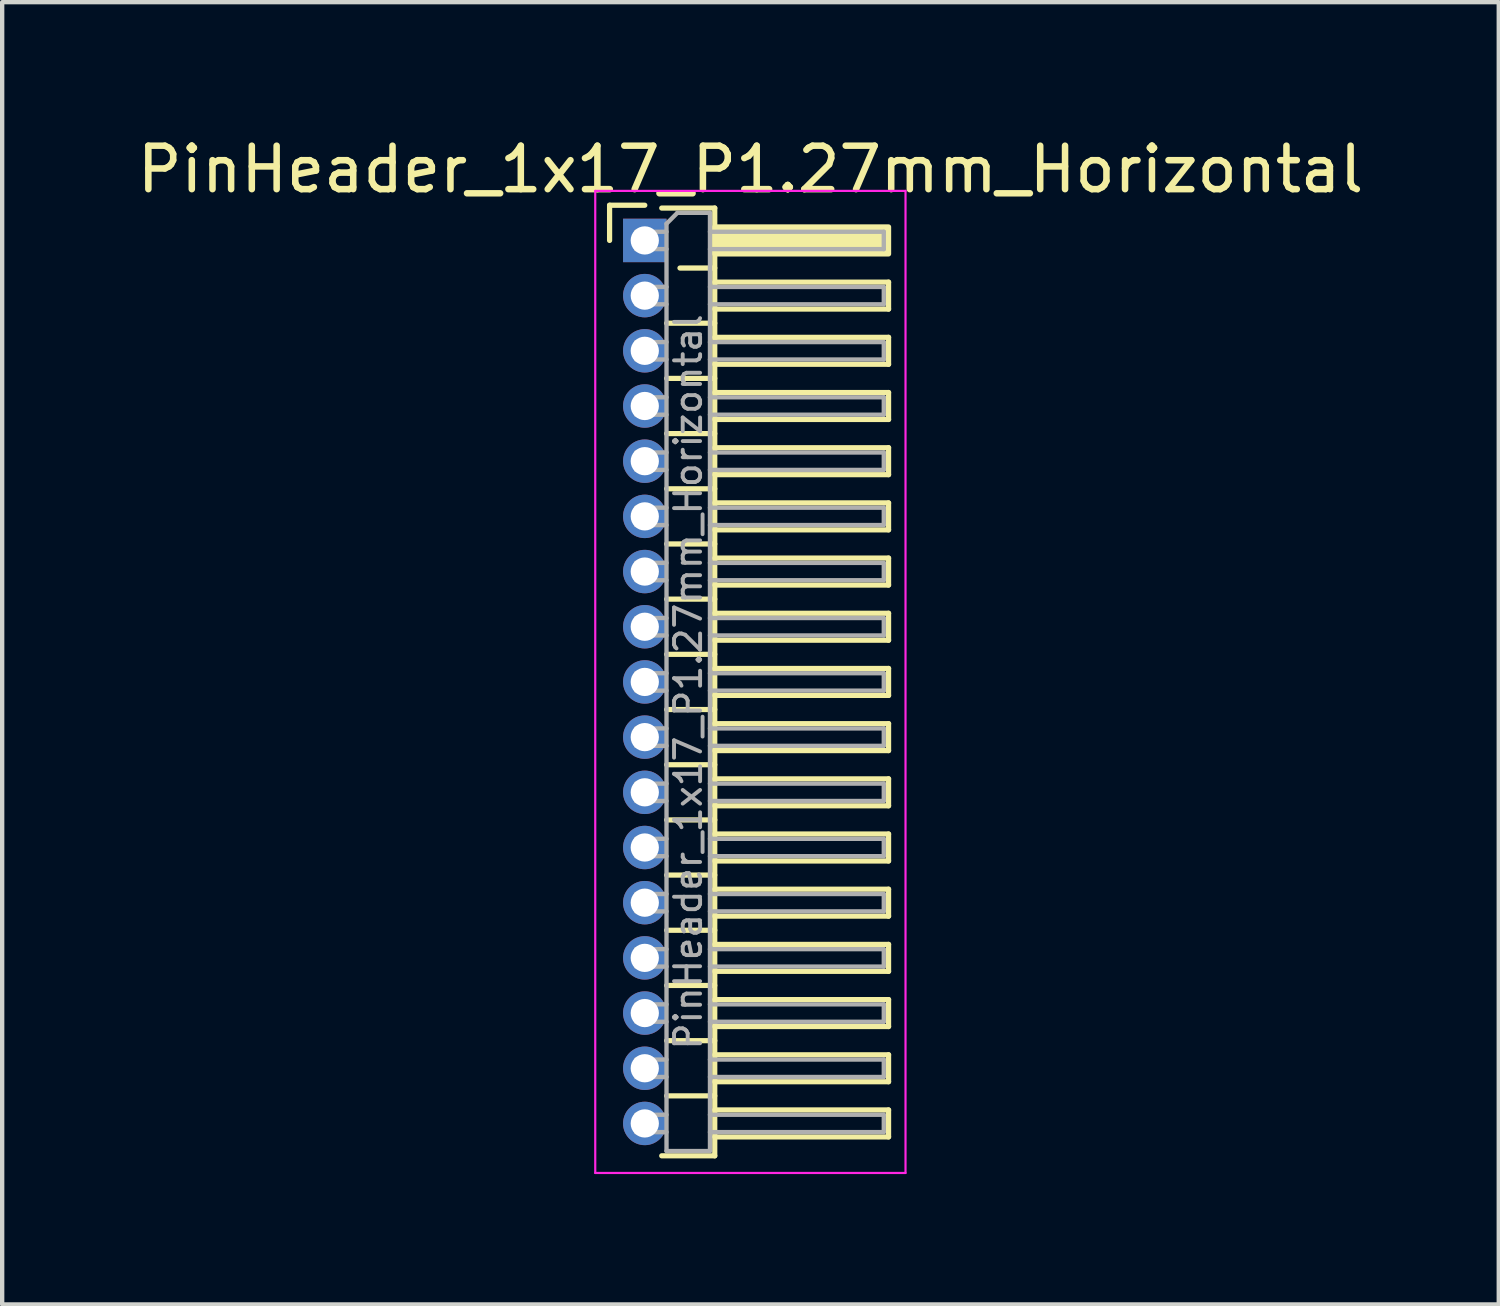
<source format=kicad_pcb>
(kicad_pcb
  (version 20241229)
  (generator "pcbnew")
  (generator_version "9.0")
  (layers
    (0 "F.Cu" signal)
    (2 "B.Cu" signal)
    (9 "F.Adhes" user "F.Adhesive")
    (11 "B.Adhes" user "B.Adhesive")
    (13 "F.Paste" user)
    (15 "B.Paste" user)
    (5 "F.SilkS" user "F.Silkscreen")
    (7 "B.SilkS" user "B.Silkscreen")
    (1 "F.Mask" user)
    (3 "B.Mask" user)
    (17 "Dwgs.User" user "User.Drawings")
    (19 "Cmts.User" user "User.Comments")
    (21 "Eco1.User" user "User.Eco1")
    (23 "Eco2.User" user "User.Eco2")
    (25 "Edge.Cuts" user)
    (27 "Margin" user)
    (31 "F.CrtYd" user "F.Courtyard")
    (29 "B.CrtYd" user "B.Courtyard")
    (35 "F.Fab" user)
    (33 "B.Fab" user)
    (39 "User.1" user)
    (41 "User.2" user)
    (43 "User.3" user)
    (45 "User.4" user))
  (footprint "PinHeader_1x17_P1.27mm_Horizontal"
    (layer "F.Cu")
    (at 11.788 2.483)
    (property "Reference" "PinHeader_1x17_P1.27mm_Horizontal" (at 2.433 -1.635 0) (layer "F.SilkS") (effects (font (size 1 1) (thickness 0.15))))
    (attr through_hole)
    (fp_line (start -0.81 -0.81) (end 0 -0.81) (stroke (width 0.12) (type solid)) (layer "F.SilkS"))
    (fp_line (start -0.81 0) (end -0.81 -0.81) (stroke (width 0.12) (type solid)) (layer "F.SilkS"))
    (fp_line (start 0.39 -0.745) (end 1.61 -0.745) (stroke (width 0.12) (type solid)) (layer "F.SilkS"))
    (fp_line (start 0.503 1.905) (end 1.61 1.905) (stroke (width 0.12) (type solid)) (layer "F.SilkS"))
    (fp_line (start 0.503 3.175) (end 1.61 3.175) (stroke (width 0.12) (type solid)) (layer "F.SilkS"))
    (fp_line (start 0.503 4.445) (end 1.61 4.445) (stroke (width 0.12) (type solid)) (layer "F.SilkS"))
    (fp_line (start 0.503 5.715) (end 1.61 5.715) (stroke (width 0.12) (type solid)) (layer "F.SilkS"))
    (fp_line (start 0.503 6.985) (end 1.61 6.985) (stroke (width 0.12) (type solid)) (layer "F.SilkS"))
    (fp_line (start 0.503 8.255) (end 1.61 8.255) (stroke (width 0.12) (type solid)) (layer "F.SilkS"))
    (fp_line (start 0.503 9.525) (end 1.61 9.525) (stroke (width 0.12) (type solid)) (layer "F.SilkS"))
    (fp_line (start 0.503 10.795) (end 1.61 10.795) (stroke (width 0.12) (type solid)) (layer "F.SilkS"))
    (fp_line (start 0.503 12.065) (end 1.61 12.065) (stroke (width 0.12) (type solid)) (layer "F.SilkS"))
    (fp_line (start 0.503 13.335) (end 1.61 13.335) (stroke (width 0.12) (type solid)) (layer "F.SilkS"))
    (fp_line (start 0.503 14.605) (end 1.61 14.605) (stroke (width 0.12) (type solid)) (layer "F.SilkS"))
    (fp_line (start 0.503 15.875) (end 1.61 15.875) (stroke (width 0.12) (type solid)) (layer "F.SilkS"))
    (fp_line (start 0.503 17.145) (end 1.61 17.145) (stroke (width 0.12) (type solid)) (layer "F.SilkS"))
    (fp_line (start 0.503 18.415) (end 1.61 18.415) (stroke (width 0.12) (type solid)) (layer "F.SilkS"))
    (fp_line (start 0.503 19.685) (end 1.61 19.685) (stroke (width 0.12) (type solid)) (layer "F.SilkS"))
    (fp_line (start 0.81 0.635) (end 1.61 0.635) (stroke (width 0.12) (type solid)) (layer "F.SilkS"))
    (fp_line (start 1.61 -0.745) (end 1.61 21.065) (stroke (width 0.12) (type solid)) (layer "F.SilkS"))
    (fp_line (start 1.61 0.96) (end 5.61 0.96) (stroke (width 0.12) (type solid)) (layer "F.SilkS"))
    (fp_line (start 1.61 2.23) (end 5.61 2.23) (stroke (width 0.12) (type solid)) (layer "F.SilkS"))
    (fp_line (start 1.61 3.5) (end 5.61 3.5) (stroke (width 0.12) (type solid)) (layer "F.SilkS"))
    (fp_line (start 1.61 4.77) (end 5.61 4.77) (stroke (width 0.12) (type solid)) (layer "F.SilkS"))
    (fp_line (start 1.61 6.04) (end 5.61 6.04) (stroke (width 0.12) (type solid)) (layer "F.SilkS"))
    (fp_line (start 1.61 7.31) (end 5.61 7.31) (stroke (width 0.12) (type solid)) (layer "F.SilkS"))
    (fp_line (start 1.61 8.58) (end 5.61 8.58) (stroke (width 0.12) (type solid)) (layer "F.SilkS"))
    (fp_line (start 1.61 9.85) (end 5.61 9.85) (stroke (width 0.12) (type solid)) (layer "F.SilkS"))
    (fp_line (start 1.61 11.12) (end 5.61 11.12) (stroke (width 0.12) (type solid)) (layer "F.SilkS"))
    (fp_line (start 1.61 12.39) (end 5.61 12.39) (stroke (width 0.12) (type solid)) (layer "F.SilkS"))
    (fp_line (start 1.61 13.66) (end 5.61 13.66) (stroke (width 0.12) (type solid)) (layer "F.SilkS"))
    (fp_line (start 1.61 14.93) (end 5.61 14.93) (stroke (width 0.12) (type solid)) (layer "F.SilkS"))
    (fp_line (start 1.61 16.2) (end 5.61 16.2) (stroke (width 0.12) (type solid)) (layer "F.SilkS"))
    (fp_line (start 1.61 17.47) (end 5.61 17.47) (stroke (width 0.12) (type solid)) (layer "F.SilkS"))
    (fp_line (start 1.61 18.74) (end 5.61 18.74) (stroke (width 0.12) (type solid)) (layer "F.SilkS"))
    (fp_line (start 1.61 20.01) (end 5.61 20.01) (stroke (width 0.12) (type solid)) (layer "F.SilkS"))
    (fp_line (start 1.61 21.065) (end 0.39 21.065) (stroke (width 0.12) (type solid)) (layer "F.SilkS"))
    (fp_line (start 5.61 0.96) (end 5.61 1.58) (stroke (width 0.12) (type solid)) (layer "F.SilkS"))
    (fp_line (start 5.61 1.58) (end 1.61 1.58) (stroke (width 0.12) (type solid)) (layer "F.SilkS"))
    (fp_line (start 5.61 2.23) (end 5.61 2.85) (stroke (width 0.12) (type solid)) (layer "F.SilkS"))
    (fp_line (start 5.61 2.85) (end 1.61 2.85) (stroke (width 0.12) (type solid)) (layer "F.SilkS"))
    (fp_line (start 5.61 3.5) (end 5.61 4.12) (stroke (width 0.12) (type solid)) (layer "F.SilkS"))
    (fp_line (start 5.61 4.12) (end 1.61 4.12) (stroke (width 0.12) (type solid)) (layer "F.SilkS"))
    (fp_line (start 5.61 4.77) (end 5.61 5.39) (stroke (width 0.12) (type solid)) (layer "F.SilkS"))
    (fp_line (start 5.61 5.39) (end 1.61 5.39) (stroke (width 0.12) (type solid)) (layer "F.SilkS"))
    (fp_line (start 5.61 6.04) (end 5.61 6.66) (stroke (width 0.12) (type solid)) (layer "F.SilkS"))
    (fp_line (start 5.61 6.66) (end 1.61 6.66) (stroke (width 0.12) (type solid)) (layer "F.SilkS"))
    (fp_line (start 5.61 7.31) (end 5.61 7.93) (stroke (width 0.12) (type solid)) (layer "F.SilkS"))
    (fp_line (start 5.61 7.93) (end 1.61 7.93) (stroke (width 0.12) (type solid)) (layer "F.SilkS"))
    (fp_line (start 5.61 8.58) (end 5.61 9.2) (stroke (width 0.12) (type solid)) (layer "F.SilkS"))
    (fp_line (start 5.61 9.2) (end 1.61 9.2) (stroke (width 0.12) (type solid)) (layer "F.SilkS"))
    (fp_line (start 5.61 9.85) (end 5.61 10.47) (stroke (width 0.12) (type solid)) (layer "F.SilkS"))
    (fp_line (start 5.61 10.47) (end 1.61 10.47) (stroke (width 0.12) (type solid)) (layer "F.SilkS"))
    (fp_line (start 5.61 11.12) (end 5.61 11.74) (stroke (width 0.12) (type solid)) (layer "F.SilkS"))
    (fp_line (start 5.61 11.74) (end 1.61 11.74) (stroke (width 0.12) (type solid)) (layer "F.SilkS"))
    (fp_line (start 5.61 12.39) (end 5.61 13.01) (stroke (width 0.12) (type solid)) (layer "F.SilkS"))
    (fp_line (start 5.61 13.01) (end 1.61 13.01) (stroke (width 0.12) (type solid)) (layer "F.SilkS"))
    (fp_line (start 5.61 13.66) (end 5.61 14.28) (stroke (width 0.12) (type solid)) (layer "F.SilkS"))
    (fp_line (start 5.61 14.28) (end 1.61 14.28) (stroke (width 0.12) (type solid)) (layer "F.SilkS"))
    (fp_line (start 5.61 14.93) (end 5.61 15.55) (stroke (width 0.12) (type solid)) (layer "F.SilkS"))
    (fp_line (start 5.61 15.55) (end 1.61 15.55) (stroke (width 0.12) (type solid)) (layer "F.SilkS"))
    (fp_line (start 5.61 16.2) (end 5.61 16.82) (stroke (width 0.12) (type solid)) (layer "F.SilkS"))
    (fp_line (start 5.61 16.82) (end 1.61 16.82) (stroke (width 0.12) (type solid)) (layer "F.SilkS"))
    (fp_line (start 5.61 17.47) (end 5.61 18.09) (stroke (width 0.12) (type solid)) (layer "F.SilkS"))
    (fp_line (start 5.61 18.09) (end 1.61 18.09) (stroke (width 0.12) (type solid)) (layer "F.SilkS"))
    (fp_line (start 5.61 18.74) (end 5.61 19.36) (stroke (width 0.12) (type solid)) (layer "F.SilkS"))
    (fp_line (start 5.61 19.36) (end 1.61 19.36) (stroke (width 0.12) (type solid)) (layer "F.SilkS"))
    (fp_line (start 5.61 20.01) (end 5.61 20.63) (stroke (width 0.12) (type solid)) (layer "F.SilkS"))
    (fp_line (start 5.61 20.63) (end 1.61 20.63) (stroke (width 0.12) (type solid)) (layer "F.SilkS"))
    (fp_rect (start 1.61 -0.31) (end 5.61 0.31) (stroke (width 0.12) (type solid)) (fill yes) (layer "F.SilkS"))
    (fp_line (start -1.14 -1.14) (end -1.14 21.46) (stroke (width 0.05) (type solid)) (layer "F.CrtYd"))
    (fp_line (start -1.14 21.46) (end 6 21.46) (stroke (width 0.05) (type solid)) (layer "F.CrtYd"))
    (fp_line (start 6 -1.14) (end -1.14 -1.14) (stroke (width 0.05) (type solid)) (layer "F.CrtYd"))
    (fp_line (start 6 21.46) (end 6 -1.14) (stroke (width 0.05) (type solid)) (layer "F.CrtYd"))
    (fp_line (start -0.2 -0.2) (end -0.2 0.2) (stroke (width 0.1) (type solid)) (layer "F.Fab"))
    (fp_line (start -0.2 -0.2) (end 0.5 -0.2) (stroke (width 0.1) (type solid)) (layer "F.Fab"))
    (fp_line (start -0.2 0.2) (end 0.5 0.2) (stroke (width 0.1) (type solid)) (layer "F.Fab"))
    (fp_line (start -0.2 1.07) (end -0.2 1.47) (stroke (width 0.1) (type solid)) (layer "F.Fab"))
    (fp_line (start -0.2 1.07) (end 0.5 1.07) (stroke (width 0.1) (type solid)) (layer "F.Fab"))
    (fp_line (start -0.2 1.47) (end 0.5 1.47) (stroke (width 0.1) (type solid)) (layer "F.Fab"))
    (fp_line (start -0.2 2.34) (end -0.2 2.74) (stroke (width 0.1) (type solid)) (layer "F.Fab"))
    (fp_line (start -0.2 2.34) (end 0.5 2.34) (stroke (width 0.1) (type solid)) (layer "F.Fab"))
    (fp_line (start -0.2 2.74) (end 0.5 2.74) (stroke (width 0.1) (type solid)) (layer "F.Fab"))
    (fp_line (start -0.2 3.61) (end -0.2 4.01) (stroke (width 0.1) (type solid)) (layer "F.Fab"))
    (fp_line (start -0.2 3.61) (end 0.5 3.61) (stroke (width 0.1) (type solid)) (layer "F.Fab"))
    (fp_line (start -0.2 4.01) (end 0.5 4.01) (stroke (width 0.1) (type solid)) (layer "F.Fab"))
    (fp_line (start -0.2 4.88) (end -0.2 5.28) (stroke (width 0.1) (type solid)) (layer "F.Fab"))
    (fp_line (start -0.2 4.88) (end 0.5 4.88) (stroke (width 0.1) (type solid)) (layer "F.Fab"))
    (fp_line (start -0.2 5.28) (end 0.5 5.28) (stroke (width 0.1) (type solid)) (layer "F.Fab"))
    (fp_line (start -0.2 6.15) (end -0.2 6.55) (stroke (width 0.1) (type solid)) (layer "F.Fab"))
    (fp_line (start -0.2 6.15) (end 0.5 6.15) (stroke (width 0.1) (type solid)) (layer "F.Fab"))
    (fp_line (start -0.2 6.55) (end 0.5 6.55) (stroke (width 0.1) (type solid)) (layer "F.Fab"))
    (fp_line (start -0.2 7.42) (end -0.2 7.82) (stroke (width 0.1) (type solid)) (layer "F.Fab"))
    (fp_line (start -0.2 7.42) (end 0.5 7.42) (stroke (width 0.1) (type solid)) (layer "F.Fab"))
    (fp_line (start -0.2 7.82) (end 0.5 7.82) (stroke (width 0.1) (type solid)) (layer "F.Fab"))
    (fp_line (start -0.2 8.69) (end -0.2 9.09) (stroke (width 0.1) (type solid)) (layer "F.Fab"))
    (fp_line (start -0.2 8.69) (end 0.5 8.69) (stroke (width 0.1) (type solid)) (layer "F.Fab"))
    (fp_line (start -0.2 9.09) (end 0.5 9.09) (stroke (width 0.1) (type solid)) (layer "F.Fab"))
    (fp_line (start -0.2 9.96) (end -0.2 10.36) (stroke (width 0.1) (type solid)) (layer "F.Fab"))
    (fp_line (start -0.2 9.96) (end 0.5 9.96) (stroke (width 0.1) (type solid)) (layer "F.Fab"))
    (fp_line (start -0.2 10.36) (end 0.5 10.36) (stroke (width 0.1) (type solid)) (layer "F.Fab"))
    (fp_line (start -0.2 11.23) (end -0.2 11.63) (stroke (width 0.1) (type solid)) (layer "F.Fab"))
    (fp_line (start -0.2 11.23) (end 0.5 11.23) (stroke (width 0.1) (type solid)) (layer "F.Fab"))
    (fp_line (start -0.2 11.63) (end 0.5 11.63) (stroke (width 0.1) (type solid)) (layer "F.Fab"))
    (fp_line (start -0.2 12.5) (end -0.2 12.9) (stroke (width 0.1) (type solid)) (layer "F.Fab"))
    (fp_line (start -0.2 12.5) (end 0.5 12.5) (stroke (width 0.1) (type solid)) (layer "F.Fab"))
    (fp_line (start -0.2 12.9) (end 0.5 12.9) (stroke (width 0.1) (type solid)) (layer "F.Fab"))
    (fp_line (start -0.2 13.77) (end -0.2 14.17) (stroke (width 0.1) (type solid)) (layer "F.Fab"))
    (fp_line (start -0.2 13.77) (end 0.5 13.77) (stroke (width 0.1) (type solid)) (layer "F.Fab"))
    (fp_line (start -0.2 14.17) (end 0.5 14.17) (stroke (width 0.1) (type solid)) (layer "F.Fab"))
    (fp_line (start -0.2 15.04) (end -0.2 15.44) (stroke (width 0.1) (type solid)) (layer "F.Fab"))
    (fp_line (start -0.2 15.04) (end 0.5 15.04) (stroke (width 0.1) (type solid)) (layer "F.Fab"))
    (fp_line (start -0.2 15.44) (end 0.5 15.44) (stroke (width 0.1) (type solid)) (layer "F.Fab"))
    (fp_line (start -0.2 16.31) (end -0.2 16.71) (stroke (width 0.1) (type solid)) (layer "F.Fab"))
    (fp_line (start -0.2 16.31) (end 0.5 16.31) (stroke (width 0.1) (type solid)) (layer "F.Fab"))
    (fp_line (start -0.2 16.71) (end 0.5 16.71) (stroke (width 0.1) (type solid)) (layer "F.Fab"))
    (fp_line (start -0.2 17.58) (end -0.2 17.98) (stroke (width 0.1) (type solid)) (layer "F.Fab"))
    (fp_line (start -0.2 17.58) (end 0.5 17.58) (stroke (width 0.1) (type solid)) (layer "F.Fab"))
    (fp_line (start -0.2 17.98) (end 0.5 17.98) (stroke (width 0.1) (type solid)) (layer "F.Fab"))
    (fp_line (start -0.2 18.85) (end -0.2 19.25) (stroke (width 0.1) (type solid)) (layer "F.Fab"))
    (fp_line (start -0.2 18.85) (end 0.5 18.85) (stroke (width 0.1) (type solid)) (layer "F.Fab"))
    (fp_line (start -0.2 19.25) (end 0.5 19.25) (stroke (width 0.1) (type solid)) (layer "F.Fab"))
    (fp_line (start -0.2 20.12) (end -0.2 20.52) (stroke (width 0.1) (type solid)) (layer "F.Fab"))
    (fp_line (start -0.2 20.12) (end 0.5 20.12) (stroke (width 0.1) (type solid)) (layer "F.Fab"))
    (fp_line (start -0.2 20.52) (end 0.5 20.52) (stroke (width 0.1) (type solid)) (layer "F.Fab"))
    (fp_line (start 0.5 -0.385) (end 0.75 -0.635) (stroke (width 0.1) (type solid)) (layer "F.Fab"))
    (fp_line (start 0.5 20.955) (end 0.5 -0.385) (stroke (width 0.1) (type solid)) (layer "F.Fab"))
    (fp_line (start 0.75 -0.635) (end 1.5 -0.635) (stroke (width 0.1) (type solid)) (layer "F.Fab"))
    (fp_line (start 1.5 -0.635) (end 1.5 20.955) (stroke (width 0.1) (type solid)) (layer "F.Fab"))
    (fp_line (start 1.5 -0.2) (end 5.5 -0.2) (stroke (width 0.1) (type solid)) (layer "F.Fab"))
    (fp_line (start 1.5 0.2) (end 5.5 0.2) (stroke (width 0.1) (type solid)) (layer "F.Fab"))
    (fp_line (start 1.5 1.07) (end 5.5 1.07) (stroke (width 0.1) (type solid)) (layer "F.Fab"))
    (fp_line (start 1.5 1.47) (end 5.5 1.47) (stroke (width 0.1) (type solid)) (layer "F.Fab"))
    (fp_line (start 1.5 2.34) (end 5.5 2.34) (stroke (width 0.1) (type solid)) (layer "F.Fab"))
    (fp_line (start 1.5 2.74) (end 5.5 2.74) (stroke (width 0.1) (type solid)) (layer "F.Fab"))
    (fp_line (start 1.5 3.61) (end 5.5 3.61) (stroke (width 0.1) (type solid)) (layer "F.Fab"))
    (fp_line (start 1.5 4.01) (end 5.5 4.01) (stroke (width 0.1) (type solid)) (layer "F.Fab"))
    (fp_line (start 1.5 4.88) (end 5.5 4.88) (stroke (width 0.1) (type solid)) (layer "F.Fab"))
    (fp_line (start 1.5 5.28) (end 5.5 5.28) (stroke (width 0.1) (type solid)) (layer "F.Fab"))
    (fp_line (start 1.5 6.15) (end 5.5 6.15) (stroke (width 0.1) (type solid)) (layer "F.Fab"))
    (fp_line (start 1.5 6.55) (end 5.5 6.55) (stroke (width 0.1) (type solid)) (layer "F.Fab"))
    (fp_line (start 1.5 7.42) (end 5.5 7.42) (stroke (width 0.1) (type solid)) (layer "F.Fab"))
    (fp_line (start 1.5 7.82) (end 5.5 7.82) (stroke (width 0.1) (type solid)) (layer "F.Fab"))
    (fp_line (start 1.5 8.69) (end 5.5 8.69) (stroke (width 0.1) (type solid)) (layer "F.Fab"))
    (fp_line (start 1.5 9.09) (end 5.5 9.09) (stroke (width 0.1) (type solid)) (layer "F.Fab"))
    (fp_line (start 1.5 9.96) (end 5.5 9.96) (stroke (width 0.1) (type solid)) (layer "F.Fab"))
    (fp_line (start 1.5 10.36) (end 5.5 10.36) (stroke (width 0.1) (type solid)) (layer "F.Fab"))
    (fp_line (start 1.5 11.23) (end 5.5 11.23) (stroke (width 0.1) (type solid)) (layer "F.Fab"))
    (fp_line (start 1.5 11.63) (end 5.5 11.63) (stroke (width 0.1) (type solid)) (layer "F.Fab"))
    (fp_line (start 1.5 12.5) (end 5.5 12.5) (stroke (width 0.1) (type solid)) (layer "F.Fab"))
    (fp_line (start 1.5 12.9) (end 5.5 12.9) (stroke (width 0.1) (type solid)) (layer "F.Fab"))
    (fp_line (start 1.5 13.77) (end 5.5 13.77) (stroke (width 0.1) (type solid)) (layer "F.Fab"))
    (fp_line (start 1.5 14.17) (end 5.5 14.17) (stroke (width 0.1) (type solid)) (layer "F.Fab"))
    (fp_line (start 1.5 15.04) (end 5.5 15.04) (stroke (width 0.1) (type solid)) (layer "F.Fab"))
    (fp_line (start 1.5 15.44) (end 5.5 15.44) (stroke (width 0.1) (type solid)) (layer "F.Fab"))
    (fp_line (start 1.5 16.31) (end 5.5 16.31) (stroke (width 0.1) (type solid)) (layer "F.Fab"))
    (fp_line (start 1.5 16.71) (end 5.5 16.71) (stroke (width 0.1) (type solid)) (layer "F.Fab"))
    (fp_line (start 1.5 17.58) (end 5.5 17.58) (stroke (width 0.1) (type solid)) (layer "F.Fab"))
    (fp_line (start 1.5 17.98) (end 5.5 17.98) (stroke (width 0.1) (type solid)) (layer "F.Fab"))
    (fp_line (start 1.5 18.85) (end 5.5 18.85) (stroke (width 0.1) (type solid)) (layer "F.Fab"))
    (fp_line (start 1.5 19.25) (end 5.5 19.25) (stroke (width 0.1) (type solid)) (layer "F.Fab"))
    (fp_line (start 1.5 20.12) (end 5.5 20.12) (stroke (width 0.1) (type solid)) (layer "F.Fab"))
    (fp_line (start 1.5 20.52) (end 5.5 20.52) (stroke (width 0.1) (type solid)) (layer "F.Fab"))
    (fp_line (start 1.5 20.955) (end 0.5 20.955) (stroke (width 0.1) (type solid)) (layer "F.Fab"))
    (fp_line (start 5.5 -0.2) (end 5.5 0.2) (stroke (width 0.1) (type solid)) (layer "F.Fab"))
    (fp_line (start 5.5 1.07) (end 5.5 1.47) (stroke (width 0.1) (type solid)) (layer "F.Fab"))
    (fp_line (start 5.5 2.34) (end 5.5 2.74) (stroke (width 0.1) (type solid)) (layer "F.Fab"))
    (fp_line (start 5.5 3.61) (end 5.5 4.01) (stroke (width 0.1) (type solid)) (layer "F.Fab"))
    (fp_line (start 5.5 4.88) (end 5.5 5.28) (stroke (width 0.1) (type solid)) (layer "F.Fab"))
    (fp_line (start 5.5 6.15) (end 5.5 6.55) (stroke (width 0.1) (type solid)) (layer "F.Fab"))
    (fp_line (start 5.5 7.42) (end 5.5 7.82) (stroke (width 0.1) (type solid)) (layer "F.Fab"))
    (fp_line (start 5.5 8.69) (end 5.5 9.09) (stroke (width 0.1) (type solid)) (layer "F.Fab"))
    (fp_line (start 5.5 9.96) (end 5.5 10.36) (stroke (width 0.1) (type solid)) (layer "F.Fab"))
    (fp_line (start 5.5 11.23) (end 5.5 11.63) (stroke (width 0.1) (type solid)) (layer "F.Fab"))
    (fp_line (start 5.5 12.5) (end 5.5 12.9) (stroke (width 0.1) (type solid)) (layer "F.Fab"))
    (fp_line (start 5.5 13.77) (end 5.5 14.17) (stroke (width 0.1) (type solid)) (layer "F.Fab"))
    (fp_line (start 5.5 15.04) (end 5.5 15.44) (stroke (width 0.1) (type solid)) (layer "F.Fab"))
    (fp_line (start 5.5 16.31) (end 5.5 16.71) (stroke (width 0.1) (type solid)) (layer "F.Fab"))
    (fp_line (start 5.5 17.58) (end 5.5 17.98) (stroke (width 0.1) (type solid)) (layer "F.Fab"))
    (fp_line (start 5.5 18.85) (end 5.5 19.25) (stroke (width 0.1) (type solid)) (layer "F.Fab"))
    (fp_line (start 5.5 20.12) (end 5.5 20.52) (stroke (width 0.1) (type solid)) (layer "F.Fab"))
    (fp_text user "${REFERENCE}" (at 1 10.16 90) (layer "F.Fab") (effects (font (size 0.6 0.6) (thickness 0.09))))
    (pad "1" thru_hole rect (at 0 0) (size 1 1) (drill 0.65) (layers "*.Cu" "*.Mask"))
    (pad "2" thru_hole circle (at 0 1.27) (size 1 1) (drill 0.65) (layers "*.Cu" "*.Mask"))
    (pad "3" thru_hole circle (at 0 2.54) (size 1 1) (drill 0.65) (layers "*.Cu" "*.Mask"))
    (pad "4" thru_hole circle (at 0 3.81) (size 1 1) (drill 0.65) (layers "*.Cu" "*.Mask"))
    (pad "5" thru_hole circle (at 0 5.08) (size 1 1) (drill 0.65) (layers "*.Cu" "*.Mask"))
    (pad "6" thru_hole circle (at 0 6.35) (size 1 1) (drill 0.65) (layers "*.Cu" "*.Mask"))
    (pad "7" thru_hole circle (at 0 7.62) (size 1 1) (drill 0.65) (layers "*.Cu" "*.Mask"))
    (pad "8" thru_hole circle (at 0 8.89) (size 1 1) (drill 0.65) (layers "*.Cu" "*.Mask"))
    (pad "9" thru_hole circle (at 0 10.16) (size 1 1) (drill 0.65) (layers "*.Cu" "*.Mask"))
    (pad "10" thru_hole circle (at 0 11.43) (size 1 1) (drill 0.65) (layers "*.Cu" "*.Mask"))
    (pad "11" thru_hole circle (at 0 12.7) (size 1 1) (drill 0.65) (layers "*.Cu" "*.Mask"))
    (pad "12" thru_hole circle (at 0 13.97) (size 1 1) (drill 0.65) (layers "*.Cu" "*.Mask"))
    (pad "13" thru_hole circle (at 0 15.24) (size 1 1) (drill 0.65) (layers "*.Cu" "*.Mask"))
    (pad "14" thru_hole circle (at 0 16.51) (size 1 1) (drill 0.65) (layers "*.Cu" "*.Mask"))
    (pad "15" thru_hole circle (at 0 17.78) (size 1 1) (drill 0.65) (layers "*.Cu" "*.Mask"))
    (pad "16" thru_hole circle (at 0 19.05) (size 1 1) (drill 0.65) (layers "*.Cu" "*.Mask"))
    (pad "17" thru_hole circle (at 0 20.32) (size 1 1) (drill 0.65) (layers "*.Cu" "*.Mask")))
  (gr_rect
    (start -3 -3)
    (end 31.44 26.968)
    (stroke (width 0.1) (type default))
    (fill no)
    (layer "Edge.Cuts")))
</source>
